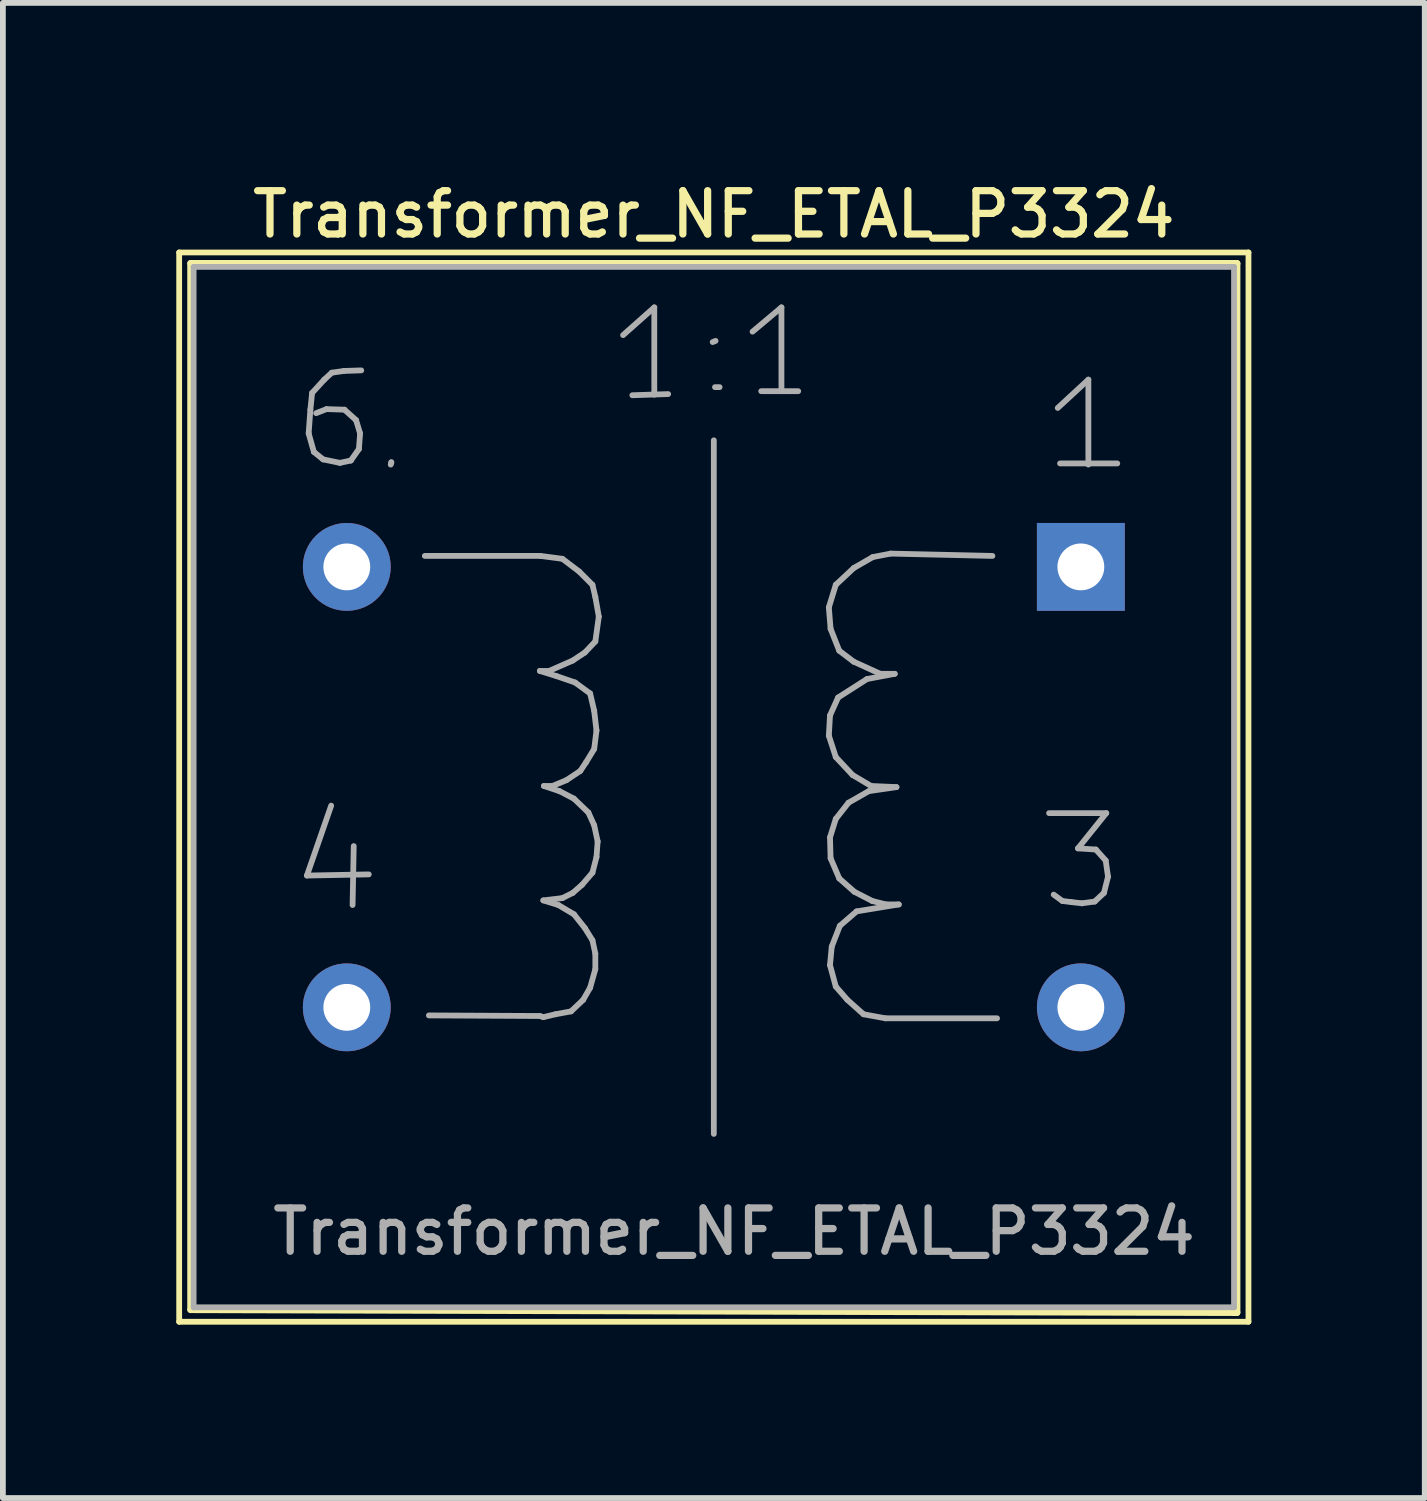
<source format=kicad_pcb>
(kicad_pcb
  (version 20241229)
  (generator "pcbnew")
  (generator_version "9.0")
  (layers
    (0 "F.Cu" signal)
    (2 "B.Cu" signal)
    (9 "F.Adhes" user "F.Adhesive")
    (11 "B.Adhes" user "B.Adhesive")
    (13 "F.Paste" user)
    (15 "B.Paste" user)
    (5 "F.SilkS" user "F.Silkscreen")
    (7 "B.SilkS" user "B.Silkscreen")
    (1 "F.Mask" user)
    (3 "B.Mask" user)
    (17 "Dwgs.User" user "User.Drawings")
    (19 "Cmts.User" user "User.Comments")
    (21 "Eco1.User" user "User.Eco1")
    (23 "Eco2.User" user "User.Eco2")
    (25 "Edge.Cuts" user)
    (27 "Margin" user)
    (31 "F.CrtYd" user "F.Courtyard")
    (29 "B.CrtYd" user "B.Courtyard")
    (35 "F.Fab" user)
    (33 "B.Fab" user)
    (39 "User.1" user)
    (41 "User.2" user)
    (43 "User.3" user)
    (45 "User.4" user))
  (footprint "Transformer_NF_ETAL_P3324"
    (layer "F.Cu")
    (at 15.65 6.758)
    (property "Reference" "Transformer_NF_ETAL_P3324" (at -6.35 -6.1 0) (layer "F.SilkS") (effects (font (size 0.75 0.75) (thickness 0.125))))
    (attr through_hole)
    (fp_line (start -15.6 -5.44) (end -15.6 13.06) (stroke (width 0.1) (type solid)) (layer "F.SilkS"))
    (fp_line (start -15.6 -5.44) (end 2.9 -5.44) (stroke (width 0.1) (type solid)) (layer "F.SilkS"))
    (fp_line (start -15.4 -5.25) (end 2.7 -5.25) (stroke (width 0.12) (type solid)) (layer "F.SilkS"))
    (fp_line (start -15.4 12.85) (end -15.4 -5.25) (stroke (width 0.12) (type solid)) (layer "F.SilkS"))
    (fp_line (start 2.7 -5.25) (end 2.7 12.9) (stroke (width 0.12) (type solid)) (layer "F.SilkS"))
    (fp_line (start 2.7 12.9) (end -15.4 12.85) (stroke (width 0.12) (type solid)) (layer "F.SilkS"))
    (fp_line (start 2.9 13.06) (end -15.6 13.06) (stroke (width 0.1) (type solid)) (layer "F.SilkS"))
    (fp_line (start 2.9 13.06) (end 2.9 -5.44) (stroke (width 0.1) (type solid)) (layer "F.SilkS"))
    (fp_line (start -15.35 -5.19) (end -15.35 12.81) (stroke (width 0.1) (type solid)) (layer "F.Fab"))
    (fp_line (start -15.35 12.81) (end 2.65 12.81) (stroke (width 0.1) (type solid)) (layer "F.Fab"))
    (fp_line (start -13.39 5.34) (end -12.32 5.32) (stroke (width 0.1) (type solid)) (layer "F.Fab"))
    (fp_line (start -13.36 -2.31) (end -13.27 -1.99) (stroke (width 0.1) (type solid)) (layer "F.Fab"))
    (fp_line (start -13.33 -2.72) (end -13.36 -2.31) (stroke (width 0.1) (type solid)) (layer "F.Fab"))
    (fp_line (start -13.3 -3.01) (end -13.33 -2.72) (stroke (width 0.1) (type solid)) (layer "F.Fab"))
    (fp_line (start -13.27 -1.99) (end -13.11 -1.86) (stroke (width 0.1) (type solid)) (layer "F.Fab"))
    (fp_line (start -13.11 -1.86) (end -12.82 -1.8) (stroke (width 0.1) (type solid)) (layer "F.Fab"))
    (fp_line (start -13.09 -3.24) (end -13.3 -3.01) (stroke (width 0.1) (type solid)) (layer "F.Fab"))
    (fp_line (start -13.05 -2.73) (end -13.23 -2.66) (stroke (width 0.1) (type solid)) (layer "F.Fab"))
    (fp_line (start -12.97 4.13) (end -13.39 5.34) (stroke (width 0.1) (type solid)) (layer "F.Fab"))
    (fp_line (start -12.96 -3.36) (end -13.09 -3.24) (stroke (width 0.1) (type solid)) (layer "F.Fab"))
    (fp_line (start -12.82 -1.8) (end -12.63 -1.84) (stroke (width 0.1) (type solid)) (layer "F.Fab"))
    (fp_line (start -12.75 -3.39) (end -12.96 -3.36) (stroke (width 0.1) (type solid)) (layer "F.Fab"))
    (fp_line (start -12.74 -2.72) (end -13.05 -2.73) (stroke (width 0.1) (type solid)) (layer "F.Fab"))
    (fp_line (start -12.63 -1.84) (end -12.49 -2.04) (stroke (width 0.1) (type solid)) (layer "F.Fab"))
    (fp_line (start -12.58 4.83) (end -12.6 5.85) (stroke (width 0.1) (type solid)) (layer "F.Fab"))
    (fp_line (start -12.54 -2.54) (end -12.74 -2.72) (stroke (width 0.1) (type solid)) (layer "F.Fab"))
    (fp_line (start -12.49 -2.04) (end -12.47 -2.31) (stroke (width 0.1) (type solid)) (layer "F.Fab"))
    (fp_line (start -12.47 -2.31) (end -12.54 -2.54) (stroke (width 0.1) (type solid)) (layer "F.Fab"))
    (fp_line (start -12.45 -3.4) (end -12.75 -3.39) (stroke (width 0.1) (type solid)) (layer "F.Fab"))
    (fp_line (start -11.94 -1.77) (end -11.93 -1.81) (stroke (width 0.1) (type solid)) (layer "F.Fab"))
    (fp_line (start -11.93 -1.81) (end -11.93 -1.8) (stroke (width 0.1) (type solid)) (layer "F.Fab"))
    (fp_line (start -11.35 -0.19) (end -9.35 -0.19) (stroke (width 0.1) (type solid)) (layer "F.Fab"))
    (fp_line (start -9.36 1.8) (end -9.07 1.89) (stroke (width 0.1) (type solid)) (layer "F.Fab"))
    (fp_line (start -9.36 7.77) (end -11.28 7.76) (stroke (width 0.1) (type solid)) (layer "F.Fab"))
    (fp_line (start -9.35 -0.19) (end -8.97 -0.14) (stroke (width 0.1) (type solid)) (layer "F.Fab"))
    (fp_line (start -9.3 5.77) (end -9.04 5.85) (stroke (width 0.1) (type solid)) (layer "F.Fab"))
    (fp_line (start -9.3 7.79) (end -9.36 7.77) (stroke (width 0.1) (type solid)) (layer "F.Fab"))
    (fp_line (start -9.29 3.79) (end -9.02 3.88) (stroke (width 0.1) (type solid)) (layer "F.Fab"))
    (fp_line (start -9.2 1.8) (end -9.36 1.8) (stroke (width 0.1) (type solid)) (layer "F.Fab"))
    (fp_line (start -9.14 3.79) (end -9.29 3.79) (stroke (width 0.1) (type solid)) (layer "F.Fab"))
    (fp_line (start -9.09 7.74) (end -9.3 7.79) (stroke (width 0.1) (type solid)) (layer "F.Fab"))
    (fp_line (start -9.07 1.89) (end -8.75 2) (stroke (width 0.1) (type solid)) (layer "F.Fab"))
    (fp_line (start -9.04 5.85) (end -8.77 6.01) (stroke (width 0.1) (type solid)) (layer "F.Fab"))
    (fp_line (start -9.02 3.88) (end -8.77 4.01) (stroke (width 0.1) (type solid)) (layer "F.Fab"))
    (fp_line (start -8.97 -0.14) (end -8.68 0.08) (stroke (width 0.1) (type solid)) (layer "F.Fab"))
    (fp_line (start -8.97 5.73) (end -9.3 5.77) (stroke (width 0.1) (type solid)) (layer "F.Fab"))
    (fp_line (start -8.9 3.69) (end -9.14 3.79) (stroke (width 0.1) (type solid)) (layer "F.Fab"))
    (fp_line (start -8.82 7.69) (end -9.09 7.74) (stroke (width 0.1) (type solid)) (layer "F.Fab"))
    (fp_line (start -8.79 1.62) (end -9.2 1.8) (stroke (width 0.1) (type solid)) (layer "F.Fab"))
    (fp_line (start -8.79 5.64) (end -8.97 5.73) (stroke (width 0.1) (type solid)) (layer "F.Fab"))
    (fp_line (start -8.77 4.01) (end -8.52 4.25) (stroke (width 0.1) (type solid)) (layer "F.Fab"))
    (fp_line (start -8.77 6.01) (end -8.58 6.25) (stroke (width 0.1) (type solid)) (layer "F.Fab"))
    (fp_line (start -8.75 2) (end -8.49 2.19) (stroke (width 0.1) (type solid)) (layer "F.Fab"))
    (fp_line (start -8.68 0.08) (end -8.45 0.31) (stroke (width 0.1) (type solid)) (layer "F.Fab"))
    (fp_line (start -8.66 3.53) (end -8.9 3.69) (stroke (width 0.1) (type solid)) (layer "F.Fab"))
    (fp_line (start -8.63 5.5) (end -8.79 5.64) (stroke (width 0.1) (type solid)) (layer "F.Fab"))
    (fp_line (start -8.61 7.49) (end -8.82 7.69) (stroke (width 0.1) (type solid)) (layer "F.Fab"))
    (fp_line (start -8.58 1.48) (end -8.79 1.62) (stroke (width 0.1) (type solid)) (layer "F.Fab"))
    (fp_line (start -8.58 6.25) (end -8.45 6.46) (stroke (width 0.1) (type solid)) (layer "F.Fab"))
    (fp_line (start -8.56 3.38) (end -8.66 3.53) (stroke (width 0.1) (type solid)) (layer "F.Fab"))
    (fp_line (start -8.52 4.25) (end -8.42 4.47) (stroke (width 0.1) (type solid)) (layer "F.Fab"))
    (fp_line (start -8.49 2.19) (end -8.42 2.49) (stroke (width 0.1) (type solid)) (layer "F.Fab"))
    (fp_line (start -8.49 7.28) (end -8.61 7.49) (stroke (width 0.1) (type solid)) (layer "F.Fab"))
    (fp_line (start -8.45 0.31) (end -8.4 0.52) (stroke (width 0.1) (type solid)) (layer "F.Fab"))
    (fp_line (start -8.45 5.29) (end -8.63 5.5) (stroke (width 0.1) (type solid)) (layer "F.Fab"))
    (fp_line (start -8.45 6.46) (end -8.4 6.69) (stroke (width 0.1) (type solid)) (layer "F.Fab"))
    (fp_line (start -8.42 2.49) (end -8.38 2.83) (stroke (width 0.1) (type solid)) (layer "F.Fab"))
    (fp_line (start -8.42 3.15) (end -8.56 3.38) (stroke (width 0.1) (type solid)) (layer "F.Fab"))
    (fp_line (start -8.42 4.47) (end -8.36 4.75) (stroke (width 0.1) (type solid)) (layer "F.Fab"))
    (fp_line (start -8.4 0.52) (end -8.34 0.86) (stroke (width 0.1) (type solid)) (layer "F.Fab"))
    (fp_line (start -8.4 1.29) (end -8.58 1.48) (stroke (width 0.1) (type solid)) (layer "F.Fab"))
    (fp_line (start -8.4 6.69) (end -8.4 6.96) (stroke (width 0.1) (type solid)) (layer "F.Fab"))
    (fp_line (start -8.4 6.96) (end -8.49 7.28) (stroke (width 0.1) (type solid)) (layer "F.Fab"))
    (fp_line (start -8.38 2.83) (end -8.42 3.15) (stroke (width 0.1) (type solid)) (layer "F.Fab"))
    (fp_line (start -8.38 5.02) (end -8.45 5.29) (stroke (width 0.1) (type solid)) (layer "F.Fab"))
    (fp_line (start -8.36 4.75) (end -8.38 5.02) (stroke (width 0.1) (type solid)) (layer "F.Fab"))
    (fp_line (start -8.34 0.86) (end -8.4 1.29) (stroke (width 0.1) (type solid)) (layer "F.Fab"))
    (fp_line (start -7.92 -4.01) (end -7.38 -4.49) (stroke (width 0.1) (type solid)) (layer "F.Fab"))
    (fp_line (start -7.76 -2.97) (end -7.14 -2.99) (stroke (width 0.1) (type solid)) (layer "F.Fab"))
    (fp_line (start -7.38 -4.49) (end -7.38 -2.98) (stroke (width 0.1) (type solid)) (layer "F.Fab"))
    (fp_line (start -6.35 -2.19) (end -6.35 9.81) (stroke (width 0.1) (type solid)) (layer "F.Fab"))
    (fp_line (start -6.32 -3.91) (end -6.37 -3.89) (stroke (width 0.1) (type solid)) (layer "F.Fab"))
    (fp_line (start -6.25 -3.11) (end -6.33 -3.11) (stroke (width 0.1) (type solid)) (layer "F.Fab"))
    (fp_line (start -5.68 -4.07) (end -5.18 -4.49) (stroke (width 0.1) (type solid)) (layer "F.Fab"))
    (fp_line (start -5.53 -3.04) (end -4.89 -3.04) (stroke (width 0.1) (type solid)) (layer "F.Fab"))
    (fp_line (start -5.18 -4.49) (end -5.18 -3.04) (stroke (width 0.1) (type solid)) (layer "F.Fab"))
    (fp_line (start -4.36 0.7) (end -4.33 1.07) (stroke (width 0.1) (type solid)) (layer "F.Fab"))
    (fp_line (start -4.36 2.92) (end -4.24 3.29) (stroke (width 0.1) (type solid)) (layer "F.Fab"))
    (fp_line (start -4.34 2.57) (end -4.36 2.92) (stroke (width 0.1) (type solid)) (layer "F.Fab"))
    (fp_line (start -4.34 4.68) (end -4.33 5.04) (stroke (width 0.1) (type solid)) (layer "F.Fab"))
    (fp_line (start -4.34 6.89) (end -4.24 7.26) (stroke (width 0.1) (type solid)) (layer "F.Fab"))
    (fp_line (start -4.33 1.07) (end -4.18 1.45) (stroke (width 0.1) (type solid)) (layer "F.Fab"))
    (fp_line (start -4.33 5.04) (end -4.18 5.39) (stroke (width 0.1) (type solid)) (layer "F.Fab"))
    (fp_line (start -4.31 6.57) (end -4.34 6.89) (stroke (width 0.1) (type solid)) (layer "F.Fab"))
    (fp_line (start -4.24 0.31) (end -4.36 0.7) (stroke (width 0.1) (type solid)) (layer "F.Fab"))
    (fp_line (start -4.24 3.29) (end -3.95 3.6) (stroke (width 0.1) (type solid)) (layer "F.Fab"))
    (fp_line (start -4.24 4.36) (end -4.34 4.68) (stroke (width 0.1) (type solid)) (layer "F.Fab"))
    (fp_line (start -4.24 7.26) (end -4.04 7.49) (stroke (width 0.1) (type solid)) (layer "F.Fab"))
    (fp_line (start -4.2 2.26) (end -4.34 2.57) (stroke (width 0.1) (type solid)) (layer "F.Fab"))
    (fp_line (start -4.18 1.45) (end -3.93 1.64) (stroke (width 0.1) (type solid)) (layer "F.Fab"))
    (fp_line (start -4.18 5.39) (end -3.92 5.62) (stroke (width 0.1) (type solid)) (layer "F.Fab"))
    (fp_line (start -4.17 6.21) (end -4.31 6.57) (stroke (width 0.1) (type solid)) (layer "F.Fab"))
    (fp_line (start -4.04 7.49) (end -3.76 7.74) (stroke (width 0.1) (type solid)) (layer "F.Fab"))
    (fp_line (start -4.02 4.08) (end -4.24 4.36) (stroke (width 0.1) (type solid)) (layer "F.Fab"))
    (fp_line (start -3.95 3.6) (end -3.63 3.79) (stroke (width 0.1) (type solid)) (layer "F.Fab"))
    (fp_line (start -3.93 0.02) (end -4.24 0.31) (stroke (width 0.1) (type solid)) (layer "F.Fab"))
    (fp_line (start -3.93 1.64) (end -3.47 1.85) (stroke (width 0.1) (type solid)) (layer "F.Fab"))
    (fp_line (start -3.92 5.62) (end -3.61 5.78) (stroke (width 0.1) (type solid)) (layer "F.Fab"))
    (fp_line (start -3.88 5.96) (end -4.17 6.21) (stroke (width 0.1) (type solid)) (layer "F.Fab"))
    (fp_line (start -3.76 7.74) (end -3.38 7.81) (stroke (width 0.1) (type solid)) (layer "F.Fab"))
    (fp_line (start -3.7 1.94) (end -4.2 2.26) (stroke (width 0.1) (type solid)) (layer "F.Fab"))
    (fp_line (start -3.67 3.88) (end -4.02 4.08) (stroke (width 0.1) (type solid)) (layer "F.Fab"))
    (fp_line (start -3.63 3.79) (end -3.19 3.81) (stroke (width 0.1) (type solid)) (layer "F.Fab"))
    (fp_line (start -3.61 5.78) (end -3.37 5.84) (stroke (width 0.1) (type solid)) (layer "F.Fab"))
    (fp_line (start -3.6 -0.17) (end -3.93 0.02) (stroke (width 0.1) (type solid)) (layer "F.Fab"))
    (fp_line (start -3.47 1.85) (end -3.22 1.85) (stroke (width 0.1) (type solid)) (layer "F.Fab"))
    (fp_line (start -3.38 7.81) (end -1.45 7.81) (stroke (width 0.1) (type solid)) (layer "F.Fab"))
    (fp_line (start -3.37 5.84) (end -3.15 5.84) (stroke (width 0.1) (type solid)) (layer "F.Fab"))
    (fp_line (start -3.29 -0.23) (end -3.6 -0.17) (stroke (width 0.1) (type solid)) (layer "F.Fab"))
    (fp_line (start -3.22 1.85) (end -3.7 1.94) (stroke (width 0.1) (type solid)) (layer "F.Fab"))
    (fp_line (start -3.19 3.81) (end -3.67 3.88) (stroke (width 0.1) (type solid)) (layer "F.Fab"))
    (fp_line (start -3.15 5.84) (end -3.88 5.96) (stroke (width 0.1) (type solid)) (layer "F.Fab"))
    (fp_line (start -1.53 -0.19) (end -3.29 -0.23) (stroke (width 0.1) (type solid)) (layer "F.Fab"))
    (fp_line (start -0.55 4.26) (end 0.44 4.26) (stroke (width 0.1) (type solid)) (layer "F.Fab"))
    (fp_line (start -0.4 -2.75) (end 0.13 -3.24) (stroke (width 0.1) (type solid)) (layer "F.Fab"))
    (fp_line (start -0.36 -1.79) (end 0.63 -1.79) (stroke (width 0.1) (type solid)) (layer "F.Fab"))
    (fp_line (start -0.32 5.78) (end -0.47 5.67) (stroke (width 0.1) (type solid)) (layer "F.Fab"))
    (fp_line (start -0.16 5.8) (end -0.32 5.78) (stroke (width 0.1) (type solid)) (layer "F.Fab"))
    (fp_line (start -0.05 4.87) (end 0.26 4.89) (stroke (width 0.1) (type solid)) (layer "F.Fab"))
    (fp_line (start 0.02 5.82) (end -0.16 5.8) (stroke (width 0.1) (type solid)) (layer "F.Fab"))
    (fp_line (start 0.13 -3.24) (end 0.13 -1.77) (stroke (width 0.1) (type solid)) (layer "F.Fab"))
    (fp_line (start 0.24 5.79) (end 0.02 5.82) (stroke (width 0.1) (type solid)) (layer "F.Fab"))
    (fp_line (start 0.26 4.89) (end 0.43 5.08) (stroke (width 0.1) (type solid)) (layer "F.Fab"))
    (fp_line (start 0.4 5.64) (end 0.24 5.79) (stroke (width 0.1) (type solid)) (layer "F.Fab"))
    (fp_line (start 0.43 5.08) (end 0.47 5.36) (stroke (width 0.1) (type solid)) (layer "F.Fab"))
    (fp_line (start 0.44 4.26) (end -0.05 4.87) (stroke (width 0.1) (type solid)) (layer "F.Fab"))
    (fp_line (start 0.47 5.36) (end 0.4 5.64) (stroke (width 0.1) (type solid)) (layer "F.Fab"))
    (fp_line (start 2.65 -5.19) (end -15.35 -5.19) (stroke (width 0.1) (type solid)) (layer "F.Fab"))
    (fp_line (start 2.65 12.81) (end 2.65 -5.19) (stroke (width 0.1) (type solid)) (layer "F.Fab"))
    (fp_text user "${REFERENCE}" (at -6 11.5 0) (layer "F.Fab") (effects (font (size 0.75 0.75) (thickness 0.125))))
    (pad "1" thru_hole rect (at 0 0) (size 1.52 1.52) (drill 0.81) (layers "*.Cu" "*.Mask"))
    (pad "3" thru_hole circle (at 0 7.62) (size 1.52 1.52) (drill 0.81) (layers "*.Cu" "*.Mask"))
    (pad "4" thru_hole circle (at -12.7 7.62) (size 1.52 1.52) (drill 0.81) (layers "*.Cu" "*.Mask"))
    (pad "6" thru_hole circle (at -12.7 0) (size 1.52 1.52) (drill 0.81) (layers "*.Cu" "*.Mask")))
  (gr_rect
    (start -3 -3)
    (end 21.6 22.868)
    (stroke (width 0.1) (type default))
    (fill no)
    (layer "Edge.Cuts")))
</source>
